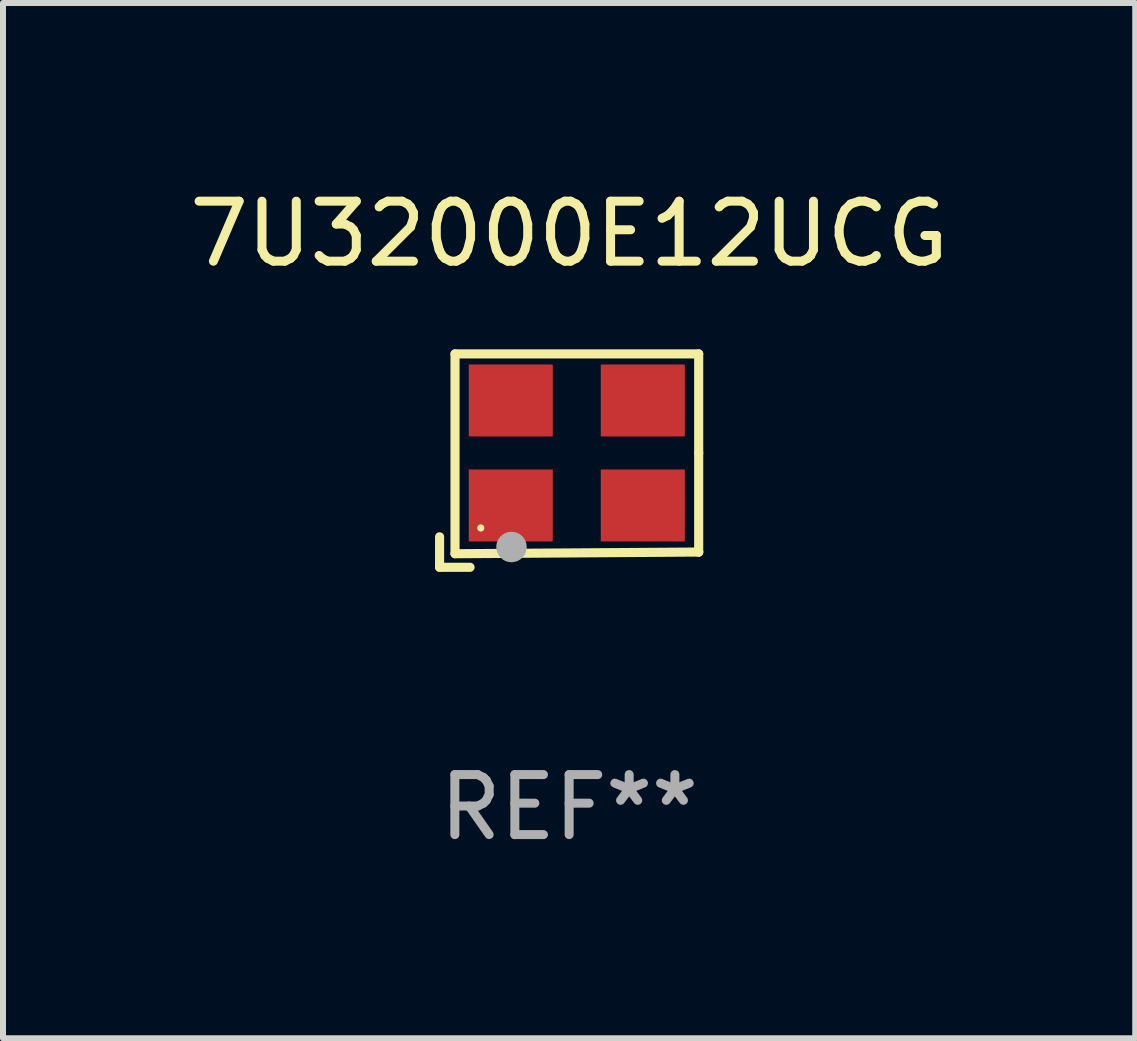
<source format=kicad_pcb>
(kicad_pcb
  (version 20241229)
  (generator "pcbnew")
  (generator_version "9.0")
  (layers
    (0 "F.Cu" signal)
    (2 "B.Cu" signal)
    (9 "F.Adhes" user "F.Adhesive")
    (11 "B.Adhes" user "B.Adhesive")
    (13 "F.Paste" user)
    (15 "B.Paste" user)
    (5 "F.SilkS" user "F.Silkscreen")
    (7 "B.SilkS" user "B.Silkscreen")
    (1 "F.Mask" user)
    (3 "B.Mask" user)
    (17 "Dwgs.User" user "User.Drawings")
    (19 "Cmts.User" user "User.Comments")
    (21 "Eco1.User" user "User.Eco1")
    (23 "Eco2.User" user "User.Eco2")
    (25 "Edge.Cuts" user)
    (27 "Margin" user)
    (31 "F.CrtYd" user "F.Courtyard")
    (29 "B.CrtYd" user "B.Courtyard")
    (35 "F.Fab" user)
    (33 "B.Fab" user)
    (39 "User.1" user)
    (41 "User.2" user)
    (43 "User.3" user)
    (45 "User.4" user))
  (footprint "7U32000E12UCG"
    (layer "F.Cu")
    (at 6.435 4.626)
    (property "Reference" "7U32000E12UCG" (at 0 -3.778 0) (layer "F.SilkS") (effects (font (size 1 1) (thickness 0.15))))
    (attr through_hole)
    (fp_line (start -2.159 1.27) (end -2.159 1.778) (stroke (width 0.152) (type solid)) (layer "F.SilkS"))
    (fp_line (start -2.159 1.778) (end -1.651 1.778) (stroke (width 0.152) (type solid)) (layer "F.SilkS"))
    (fp_line (start -1.902 -1.778) (end 2.159 -1.778) (stroke (width 0.152) (type solid)) (layer "F.SilkS"))
    (fp_line (start -1.902 1.552) (end -1.902 -1.778) (stroke (width 0.152) (type solid)) (layer "F.SilkS"))
    (fp_line (start 2.159 -1.778) (end 2.159 -0.127) (stroke (width 0.152) (type solid)) (layer "F.SilkS"))
    (fp_line (start 2.159 -0.127) (end 2.159 1.524) (stroke (width 0.152) (type solid)) (layer "F.SilkS"))
    (fp_line (start 2.159 1.524) (end -1.902 1.552) (stroke (width 0.152) (type solid)) (layer "F.SilkS"))
    (fp_line (start 2.159 1.524) (end 2.159 1.524) (stroke (width 0.152) (type solid)) (layer "F.SilkS"))
    (fp_circle (center -1.473 1.123) (end -1.443 1.123) (stroke (width 0.06) (type solid)) (fill no) (layer "F.SilkS"))
    (fp_circle (center -0.961 1.44) (end -0.834 1.44) (stroke (width 0.254) (type solid)) (fill no) (layer "F.Fab"))
    (fp_text user "REF**" (at 0 5.778 0) (layer "F.Fab") (effects (font (size 1 1) (thickness 0.15))))
    (pad "1" smd rect (at -0.973 0.748) (size 1.4 1.2) (layers "F.Cu" "F.Mask" "F.Paste"))
    (pad "2" smd rect (at 1.227 0.748) (size 1.4 1.2) (layers "F.Cu" "F.Mask" "F.Paste"))
    (pad "3" smd rect (at 1.227 -1.002) (size 1.4 1.2) (layers "F.Cu" "F.Mask" "F.Paste"))
    (pad "4" smd rect (at -0.973 -1.002) (size 1.4 1.2) (layers "F.Cu" "F.Mask" "F.Paste")))
  (gr_rect
    (start -3 -3)
    (end 15.869 14.253)
    (stroke (width 0.1) (type default))
    (fill no)
    (layer "Edge.Cuts")))
</source>
